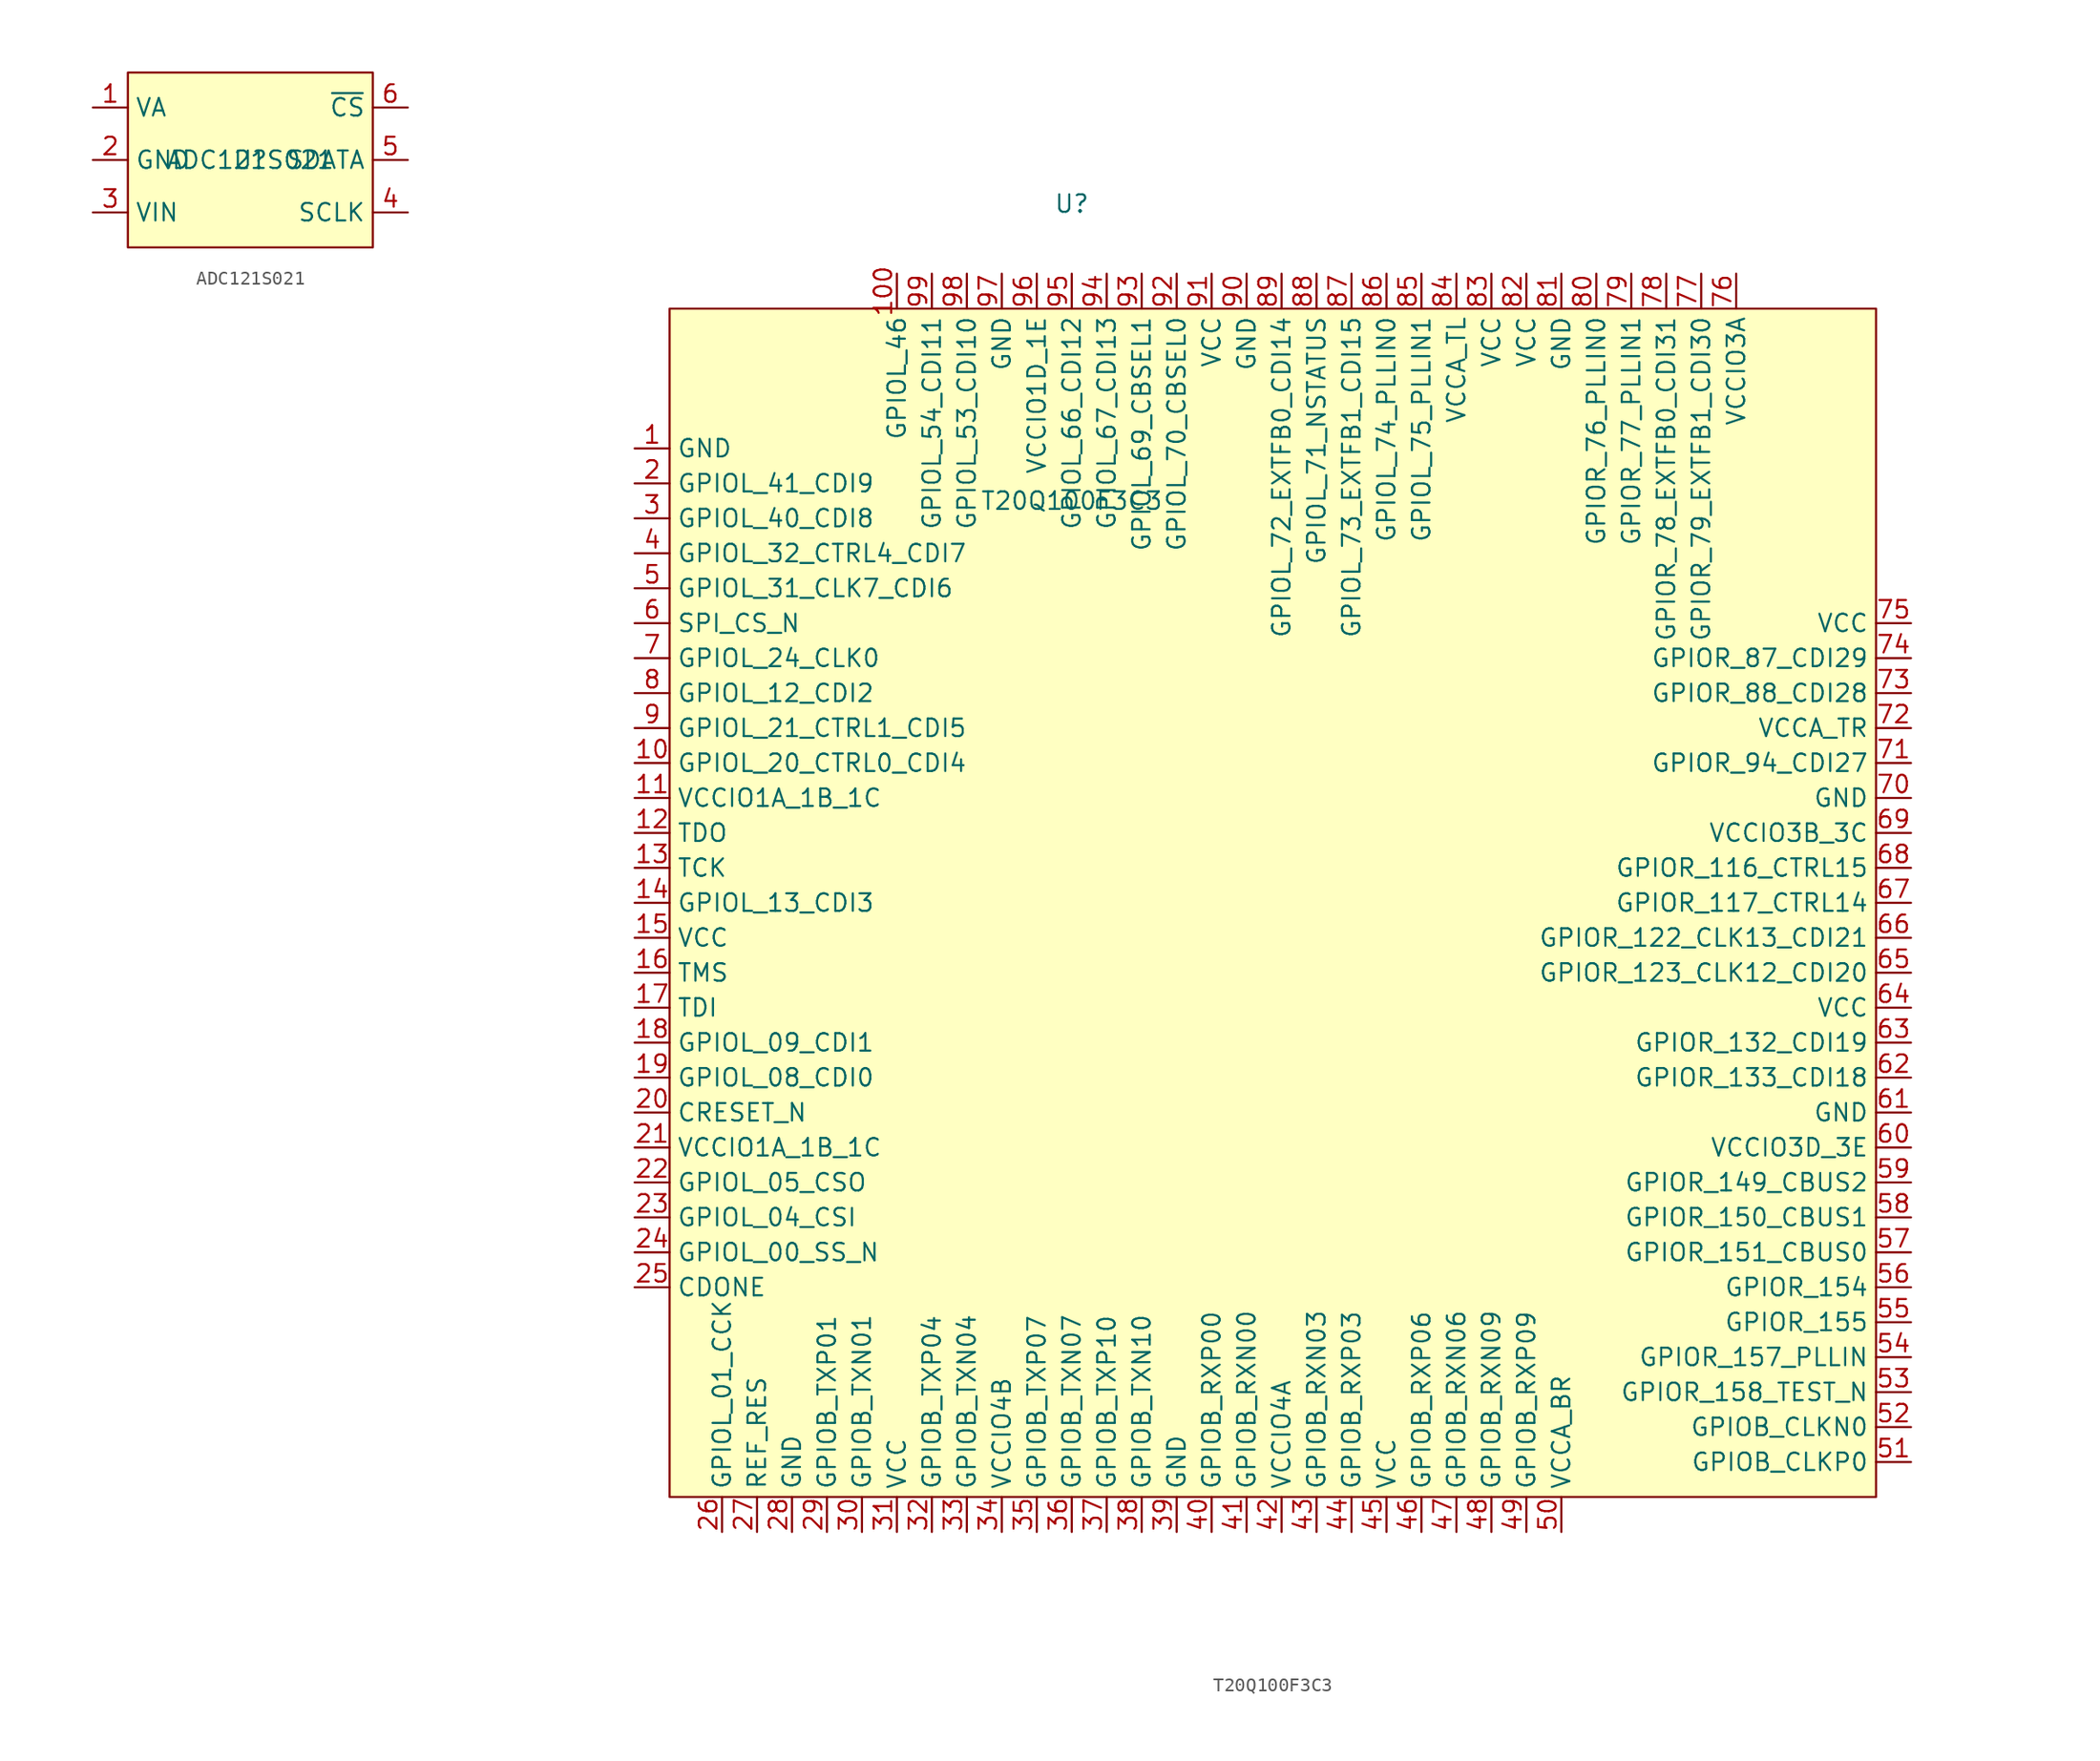
<source format=kicad_sym>
(kicad_symbol_lib
  (version 20231120)
  (generator "kicad_symbol_editor")
  (generator_version "8.0")
  (symbol "ADC121S021"
    (property "Reference" "U"
      (at 0 0 0)
      (effects (font (size 1.27 1.27))))
    (property "Value" "ADC121S021"
      (at 0 0 0)
      (effects (font (size 1.27 1.27))))
    (symbol "ADC121S021_1_1"
      (rectangle (start -8.89 6.35) (end 8.89 -6.35) (stroke (width 0) (type default)) (fill (type background)))
      (pin power_in line (at -11.43 3.81 0) (length 2.54) (name "VA" (effects (font (size 1.27 1.27)))) (number "1" (effects (font (size 1.27 1.27)))))
      (pin power_in line (at -11.43 0 0) (length 2.54) (name "GND" (effects (font (size 1.27 1.27)))) (number "2" (effects (font (size 1.27 1.27)))))
      (pin input line (at -11.43 -3.81 0) (length 2.54) (name "VIN" (effects (font (size 1.27 1.27)))) (number "3" (effects (font (size 1.27 1.27)))))
      (pin input line (at 11.43 -3.81 180) (length 2.54) (name "SCLK" (effects (font (size 1.27 1.27)))) (number "4" (effects (font (size 1.27 1.27)))))
      (pin output line (at 11.43 0 180) (length 2.54) (name "SDATA" (effects (font (size 1.27 1.27)))) (number "5" (effects (font (size 1.27 1.27)))))
      (pin input line (at 11.43 3.81 180) (length 2.54) (name "~{CS}" (effects (font (size 1.27 1.27)))) (number "6" (effects (font (size 1.27 1.27)))))))
  (symbol "T20Q100F3C3"
    (property "Reference" "U"
      (at -17.78 40.64 0)
      (effects (font (size 1.27 1.27))))
    (property "Value" "T20Q100F3C3"
      (at -17.78 19.05 0)
      (effects (font (size 1.27 1.27))))
    (symbol "T20Q100F3C3_1_1"
      (rectangle (start -46.99 33.02) (end 40.64 -53.34) (stroke (width 0) (type default)) (fill (type background)))
      (pin power_in line (at -49.53 22.86 0) (length 2.54) (name "GND" (effects (font (size 1.27 1.27)))) (number "1" (effects (font (size 1.27 1.27)))))
      (pin bidirectional line (at -49.53 0 0) (length 2.54) (name "GPIOL_20_CTRL0_CDI4" (effects (font (size 1.27 1.27)))) (number "10" (effects (font (size 1.27 1.27)))))
      (pin bidirectional line (at -30.48 35.56 270) (length 2.54) (name "GPIOL_46" (effects (font (size 1.27 1.27)))) (number "100" (effects (font (size 1.27 1.27)))))
      (pin power_in line (at -49.53 -2.54 0) (length 2.54) (name "VCCIO1A_1B_1C" (effects (font (size 1.27 1.27)))) (number "11" (effects (font (size 1.27 1.27)))))
      (pin output line (at -49.53 -5.08 0) (length 2.54) (name "TDO" (effects (font (size 1.27 1.27)))) (number "12" (effects (font (size 1.27 1.27)))))
      (pin input line (at -49.53 -7.62 0) (length 2.54) (name "TCK" (effects (font (size 1.27 1.27)))) (number "13" (effects (font (size 1.27 1.27)))))
      (pin bidirectional line (at -49.53 -10.16 0) (length 2.54) (name "GPIOL_13_CDI3" (effects (font (size 1.27 1.27)))) (number "14" (effects (font (size 1.27 1.27)))))
      (pin power_in line (at -49.53 -12.7 0) (length 2.54) (name "VCC" (effects (font (size 1.27 1.27)))) (number "15" (effects (font (size 1.27 1.27)))))
      (pin input line (at -49.53 -15.24 0) (length 2.54) (name "TMS" (effects (font (size 1.27 1.27)))) (number "16" (effects (font (size 1.27 1.27)))))
      (pin input line (at -49.53 -17.78 0) (length 2.54) (name "TDI" (effects (font (size 1.27 1.27)))) (number "17" (effects (font (size 1.27 1.27)))))
      (pin bidirectional line (at -49.53 -20.32 0) (length 2.54) (name "GPIOL_09_CDI1" (effects (font (size 1.27 1.27)))) (number "18" (effects (font (size 1.27 1.27)))))
      (pin bidirectional line (at -49.53 -22.86 0) (length 2.54) (name "GPIOL_08_CDI0" (effects (font (size 1.27 1.27)))) (number "19" (effects (font (size 1.27 1.27)))))
      (pin bidirectional line (at -49.53 20.32 0) (length 2.54) (name "GPIOL_41_CDI9" (effects (font (size 1.27 1.27)))) (number "2" (effects (font (size 1.27 1.27)))))
      (pin input line (at -49.53 -25.4 0) (length 2.54) (name "CRESET_N" (effects (font (size 1.27 1.27)))) (number "20" (effects (font (size 1.27 1.27)))))
      (pin power_in line (at -49.53 -27.94 0) (length 2.54) (name "VCCIO1A_1B_1C" (effects (font (size 1.27 1.27)))) (number "21" (effects (font (size 1.27 1.27)))))
      (pin bidirectional line (at -49.53 -30.48 0) (length 2.54) (name "GPIOL_05_CSO" (effects (font (size 1.27 1.27)))) (number "22" (effects (font (size 1.27 1.27)))))
      (pin bidirectional line (at -49.53 -33.02 0) (length 2.54) (name "GPIOL_04_CSI" (effects (font (size 1.27 1.27)))) (number "23" (effects (font (size 1.27 1.27)))))
      (pin bidirectional line (at -49.53 -35.56 0) (length 2.54) (name "GPIOL_00_SS_N" (effects (font (size 1.27 1.27)))) (number "24" (effects (font (size 1.27 1.27)))))
      (pin bidirectional line (at -49.53 -38.1 0) (length 2.54) (name "CDONE" (effects (font (size 1.27 1.27)))) (number "25" (effects (font (size 1.27 1.27)))))
      (pin bidirectional line (at -43.18 -55.88 90) (length 2.54) (name "GPIOL_01_CCK" (effects (font (size 1.27 1.27)))) (number "26" (effects (font (size 1.27 1.27)))))
      (pin unspecified line (at -40.64 -55.88 90) (length 2.54) (name "REF_RES" (effects (font (size 1.27 1.27)))) (number "27" (effects (font (size 1.27 1.27)))))
      (pin power_in line (at -38.1 -55.88 90) (length 2.54) (name "GND" (effects (font (size 1.27 1.27)))) (number "28" (effects (font (size 1.27 1.27)))))
      (pin bidirectional line (at -35.56 -55.88 90) (length 2.54) (name "GPIOB_TXP01" (effects (font (size 1.27 1.27)))) (number "29" (effects (font (size 1.27 1.27)))))
      (pin bidirectional line (at -49.53 17.78 0) (length 2.54) (name "GPIOL_40_CDI8" (effects (font (size 1.27 1.27)))) (number "3" (effects (font (size 1.27 1.27)))))
      (pin bidirectional line (at -33.02 -55.88 90) (length 2.54) (name "GPIOB_TXN01" (effects (font (size 1.27 1.27)))) (number "30" (effects (font (size 1.27 1.27)))))
      (pin power_in line (at -30.48 -55.88 90) (length 2.54) (name "VCC" (effects (font (size 1.27 1.27)))) (number "31" (effects (font (size 1.27 1.27)))))
      (pin bidirectional line (at -27.94 -55.88 90) (length 2.54) (name "GPIOB_TXP04" (effects (font (size 1.27 1.27)))) (number "32" (effects (font (size 1.27 1.27)))))
      (pin bidirectional line (at -25.4 -55.88 90) (length 2.54) (name "GPIOB_TXN04" (effects (font (size 1.27 1.27)))) (number "33" (effects (font (size 1.27 1.27)))))
      (pin power_in line (at -22.86 -55.88 90) (length 2.54) (name "VCCIO4B" (effects (font (size 1.27 1.27)))) (number "34" (effects (font (size 1.27 1.27)))))
      (pin bidirectional line (at -20.32 -55.88 90) (length 2.54) (name "GPIOB_TXP07" (effects (font (size 1.27 1.27)))) (number "35" (effects (font (size 1.27 1.27)))))
      (pin bidirectional line (at -17.78 -55.88 90) (length 2.54) (name "GPIOB_TXN07" (effects (font (size 1.27 1.27)))) (number "36" (effects (font (size 1.27 1.27)))))
      (pin bidirectional line (at -15.24 -55.88 90) (length 2.54) (name "GPIOB_TXP10" (effects (font (size 1.27 1.27)))) (number "37" (effects (font (size 1.27 1.27)))))
      (pin bidirectional line (at -12.7 -55.88 90) (length 2.54) (name "GPIOB_TXN10" (effects (font (size 1.27 1.27)))) (number "38" (effects (font (size 1.27 1.27)))))
      (pin power_in line (at -10.16 -55.88 90) (length 2.54) (name "GND" (effects (font (size 1.27 1.27)))) (number "39" (effects (font (size 1.27 1.27)))))
      (pin bidirectional line (at -49.53 15.24 0) (length 2.54) (name "GPIOL_32_CTRL4_CDI7" (effects (font (size 1.27 1.27)))) (number "4" (effects (font (size 1.27 1.27)))))
      (pin bidirectional line (at -7.62 -55.88 90) (length 2.54) (name "GPIOB_RXP00" (effects (font (size 1.27 1.27)))) (number "40" (effects (font (size 1.27 1.27)))))
      (pin bidirectional line (at -5.08 -55.88 90) (length 2.54) (name "GPIOB_RXN00" (effects (font (size 1.27 1.27)))) (number "41" (effects (font (size 1.27 1.27)))))
      (pin power_in line (at -2.54 -55.88 90) (length 2.54) (name "VCCIO4A" (effects (font (size 1.27 1.27)))) (number "42" (effects (font (size 1.27 1.27)))))
      (pin bidirectional line (at 0 -55.88 90) (length 2.54) (name "GPIOB_RXN03" (effects (font (size 1.27 1.27)))) (number "43" (effects (font (size 1.27 1.27)))))
      (pin bidirectional line (at 2.54 -55.88 90) (length 2.54) (name "GPIOB_RXP03" (effects (font (size 1.27 1.27)))) (number "44" (effects (font (size 1.27 1.27)))))
      (pin power_in line (at 5.08 -55.88 90) (length 2.54) (name "VCC" (effects (font (size 1.27 1.27)))) (number "45" (effects (font (size 1.27 1.27)))))
      (pin bidirectional line (at 7.62 -55.88 90) (length 2.54) (name "GPIOB_RXP06" (effects (font (size 1.27 1.27)))) (number "46" (effects (font (size 1.27 1.27)))))
      (pin bidirectional line (at 10.16 -55.88 90) (length 2.54) (name "GPIOB_RXN06" (effects (font (size 1.27 1.27)))) (number "47" (effects (font (size 1.27 1.27)))))
      (pin bidirectional line (at 12.7 -55.88 90) (length 2.54) (name "GPIOB_RXN09" (effects (font (size 1.27 1.27)))) (number "48" (effects (font (size 1.27 1.27)))))
      (pin bidirectional line (at 15.24 -55.88 90) (length 2.54) (name "GPIOB_RXP09" (effects (font (size 1.27 1.27)))) (number "49" (effects (font (size 1.27 1.27)))))
      (pin bidirectional line (at -49.53 12.7 0) (length 2.54) (name "GPIOL_31_CLK7_CDI6" (effects (font (size 1.27 1.27)))) (number "5" (effects (font (size 1.27 1.27)))))
      (pin power_in line (at 17.78 -55.88 90) (length 2.54) (name "VCCA_BR" (effects (font (size 1.27 1.27)))) (number "50" (effects (font (size 1.27 1.27)))))
      (pin bidirectional line (at 43.18 -50.8 180) (length 2.54) (name "GPIOB_CLKP0" (effects (font (size 1.27 1.27)))) (number "51" (effects (font (size 1.27 1.27)))))
      (pin bidirectional line (at 43.18 -48.26 180) (length 2.54) (name "GPIOB_CLKN0" (effects (font (size 1.27 1.27)))) (number "52" (effects (font (size 1.27 1.27)))))
      (pin bidirectional line (at 43.18 -45.72 180) (length 2.54) (name "GPIOR_158_TEST_N" (effects (font (size 1.27 1.27)))) (number "53" (effects (font (size 1.27 1.27)))))
      (pin bidirectional line (at 43.18 -43.18 180) (length 2.54) (name "GPIOR_157_PLLIN" (effects (font (size 1.27 1.27)))) (number "54" (effects (font (size 1.27 1.27)))))
      (pin bidirectional line (at 43.18 -40.64 180) (length 2.54) (name "GPIOR_155" (effects (font (size 1.27 1.27)))) (number "55" (effects (font (size 1.27 1.27)))))
      (pin bidirectional line (at 43.18 -38.1 180) (length 2.54) (name "GPIOR_154" (effects (font (size 1.27 1.27)))) (number "56" (effects (font (size 1.27 1.27)))))
      (pin bidirectional line (at 43.18 -35.56 180) (length 2.54) (name "GPIOR_151_CBUS0" (effects (font (size 1.27 1.27)))) (number "57" (effects (font (size 1.27 1.27)))))
      (pin bidirectional line (at 43.18 -33.02 180) (length 2.54) (name "GPIOR_150_CBUS1" (effects (font (size 1.27 1.27)))) (number "58" (effects (font (size 1.27 1.27)))))
      (pin bidirectional line (at 43.18 -30.48 180) (length 2.54) (name "GPIOR_149_CBUS2" (effects (font (size 1.27 1.27)))) (number "59" (effects (font (size 1.27 1.27)))))
      (pin input line (at -49.53 10.16 0) (length 2.54) (name "SPI_CS_N" (effects (font (size 1.27 1.27)))) (number "6" (effects (font (size 1.27 1.27)))))
      (pin power_in line (at 43.18 -27.94 180) (length 2.54) (name "VCCIO3D_3E" (effects (font (size 1.27 1.27)))) (number "60" (effects (font (size 1.27 1.27)))))
      (pin power_in line (at 43.18 -25.4 180) (length 2.54) (name "GND" (effects (font (size 1.27 1.27)))) (number "61" (effects (font (size 1.27 1.27)))))
      (pin bidirectional line (at 43.18 -22.86 180) (length 2.54) (name "GPIOR_133_CDI18" (effects (font (size 1.27 1.27)))) (number "62" (effects (font (size 1.27 1.27)))))
      (pin bidirectional line (at 43.18 -20.32 180) (length 2.54) (name "GPIOR_132_CDI19" (effects (font (size 1.27 1.27)))) (number "63" (effects (font (size 1.27 1.27)))))
      (pin power_in line (at 43.18 -17.78 180) (length 2.54) (name "VCC" (effects (font (size 1.27 1.27)))) (number "64" (effects (font (size 1.27 1.27)))))
      (pin bidirectional line (at 43.18 -15.24 180) (length 2.54) (name "GPIOR_123_CLK12_CDI20" (effects (font (size 1.27 1.27)))) (number "65" (effects (font (size 1.27 1.27)))))
      (pin bidirectional line (at 43.18 -12.7 180) (length 2.54) (name "GPIOR_122_CLK13_CDI21" (effects (font (size 1.27 1.27)))) (number "66" (effects (font (size 1.27 1.27)))))
      (pin bidirectional line (at 43.18 -10.16 180) (length 2.54) (name "GPIOR_117_CTRL14" (effects (font (size 1.27 1.27)))) (number "67" (effects (font (size 1.27 1.27)))))
      (pin bidirectional line (at 43.18 -7.62 180) (length 2.54) (name "GPIOR_116_CTRL15" (effects (font (size 1.27 1.27)))) (number "68" (effects (font (size 1.27 1.27)))))
      (pin power_in line (at 43.18 -5.08 180) (length 2.54) (name "VCCIO3B_3C" (effects (font (size 1.27 1.27)))) (number "69" (effects (font (size 1.27 1.27)))))
      (pin bidirectional line (at -49.53 7.62 0) (length 2.54) (name "GPIOL_24_CLK0" (effects (font (size 1.27 1.27)))) (number "7" (effects (font (size 1.27 1.27)))))
      (pin power_in line (at 43.18 -2.54 180) (length 2.54) (name "GND" (effects (font (size 1.27 1.27)))) (number "70" (effects (font (size 1.27 1.27)))))
      (pin bidirectional line (at 43.18 0 180) (length 2.54) (name "GPIOR_94_CDI27" (effects (font (size 1.27 1.27)))) (number "71" (effects (font (size 1.27 1.27)))))
      (pin power_in line (at 43.18 2.54 180) (length 2.54) (name "VCCA_TR" (effects (font (size 1.27 1.27)))) (number "72" (effects (font (size 1.27 1.27)))))
      (pin bidirectional line (at 43.18 5.08 180) (length 2.54) (name "GPIOR_88_CDI28" (effects (font (size 1.27 1.27)))) (number "73" (effects (font (size 1.27 1.27)))))
      (pin bidirectional line (at 43.18 7.62 180) (length 2.54) (name "GPIOR_87_CDI29" (effects (font (size 1.27 1.27)))) (number "74" (effects (font (size 1.27 1.27)))))
      (pin power_in line (at 43.18 10.16 180) (length 2.54) (name "VCC" (effects (font (size 1.27 1.27)))) (number "75" (effects (font (size 1.27 1.27)))))
      (pin power_in line (at 30.48 35.56 270) (length 2.54) (name "VCCIO3A" (effects (font (size 1.27 1.27)))) (number "76" (effects (font (size 1.27 1.27)))))
      (pin bidirectional line (at 27.94 35.56 270) (length 2.54) (name "GPIOR_79_EXTFB1_CDI30" (effects (font (size 1.27 1.27)))) (number "77" (effects (font (size 1.27 1.27)))))
      (pin bidirectional line (at 25.4 35.56 270) (length 2.54) (name "GPIOR_78_EXTFB0_CDI31" (effects (font (size 1.27 1.27)))) (number "78" (effects (font (size 1.27 1.27)))))
      (pin bidirectional line (at 22.86 35.56 270) (length 2.54) (name "GPIOR_77_PLLIN1" (effects (font (size 1.27 1.27)))) (number "79" (effects (font (size 1.27 1.27)))))
      (pin bidirectional line (at -49.53 5.08 0) (length 2.54) (name "GPIOL_12_CDI2" (effects (font (size 1.27 1.27)))) (number "8" (effects (font (size 1.27 1.27)))))
      (pin bidirectional line (at 20.32 35.56 270) (length 2.54) (name "GPIOR_76_PLLIN0" (effects (font (size 1.27 1.27)))) (number "80" (effects (font (size 1.27 1.27)))))
      (pin power_in line (at 17.78 35.56 270) (length 2.54) (name "GND" (effects (font (size 1.27 1.27)))) (number "81" (effects (font (size 1.27 1.27)))))
      (pin power_in line (at 15.24 35.56 270) (length 2.54) (name "VCC" (effects (font (size 1.27 1.27)))) (number "82" (effects (font (size 1.27 1.27)))))
      (pin power_in line (at 12.7 35.56 270) (length 2.54) (name "VCC" (effects (font (size 1.27 1.27)))) (number "83" (effects (font (size 1.27 1.27)))))
      (pin power_in line (at 10.16 35.56 270) (length 2.54) (name "VCCA_TL" (effects (font (size 1.27 1.27)))) (number "84" (effects (font (size 1.27 1.27)))))
      (pin bidirectional line (at 7.62 35.56 270) (length 2.54) (name "GPIOL_75_PLLIN1" (effects (font (size 1.27 1.27)))) (number "85" (effects (font (size 1.27 1.27)))))
      (pin bidirectional line (at 5.08 35.56 270) (length 2.54) (name "GPIOL_74_PLLIN0" (effects (font (size 1.27 1.27)))) (number "86" (effects (font (size 1.27 1.27)))))
      (pin bidirectional line (at 2.54 35.56 270) (length 2.54) (name "GPIOL_73_EXTFB1_CDI15" (effects (font (size 1.27 1.27)))) (number "87" (effects (font (size 1.27 1.27)))))
      (pin bidirectional line (at 0 35.56 270) (length 2.54) (name "GPIOL_71_NSTATUS" (effects (font (size 1.27 1.27)))) (number "88" (effects (font (size 1.27 1.27)))))
      (pin bidirectional line (at -2.54 35.56 270) (length 2.54) (name "GPIOL_72_EXTFB0_CDI14" (effects (font (size 1.27 1.27)))) (number "89" (effects (font (size 1.27 1.27)))))
      (pin bidirectional line (at -49.53 2.54 0) (length 2.54) (name "GPIOL_21_CTRL1_CDI5" (effects (font (size 1.27 1.27)))) (number "9" (effects (font (size 1.27 1.27)))))
      (pin power_in line (at -5.08 35.56 270) (length 2.54) (name "GND" (effects (font (size 1.27 1.27)))) (number "90" (effects (font (size 1.27 1.27)))))
      (pin power_in line (at -7.62 35.56 270) (length 2.54) (name "VCC" (effects (font (size 1.27 1.27)))) (number "91" (effects (font (size 1.27 1.27)))))
      (pin bidirectional line (at -10.16 35.56 270) (length 2.54) (name "GPIOL_70_CBSEL0" (effects (font (size 1.27 1.27)))) (number "92" (effects (font (size 1.27 1.27)))))
      (pin bidirectional line (at -12.7 35.56 270) (length 2.54) (name "GPIOL_69_CBSEL1" (effects (font (size 1.27 1.27)))) (number "93" (effects (font (size 1.27 1.27)))))
      (pin bidirectional line (at -15.24 35.56 270) (length 2.54) (name "GPIOL_67_CDI13" (effects (font (size 1.27 1.27)))) (number "94" (effects (font (size 1.27 1.27)))))
      (pin bidirectional line (at -17.78 35.56 270) (length 2.54) (name "GPIOL_66_CDI12" (effects (font (size 1.27 1.27)))) (number "95" (effects (font (size 1.27 1.27)))))
      (pin power_in line (at -20.32 35.56 270) (length 2.54) (name "VCCIO1D_1E" (effects (font (size 1.27 1.27)))) (number "96" (effects (font (size 1.27 1.27)))))
      (pin power_in line (at -22.86 35.56 270) (length 2.54) (name "GND" (effects (font (size 1.27 1.27)))) (number "97" (effects (font (size 1.27 1.27)))))
      (pin bidirectional line (at -25.4 35.56 270) (length 2.54) (name "GPIOL_53_CDI10" (effects (font (size 1.27 1.27)))) (number "98" (effects (font (size 1.27 1.27)))))
      (pin bidirectional line (at -27.94 35.56 270) (length 2.54) (name "GPIOL_54_CDI11" (effects (font (size 1.27 1.27)))) (number "99" (effects (font (size 1.27 1.27))))))))
</source>
